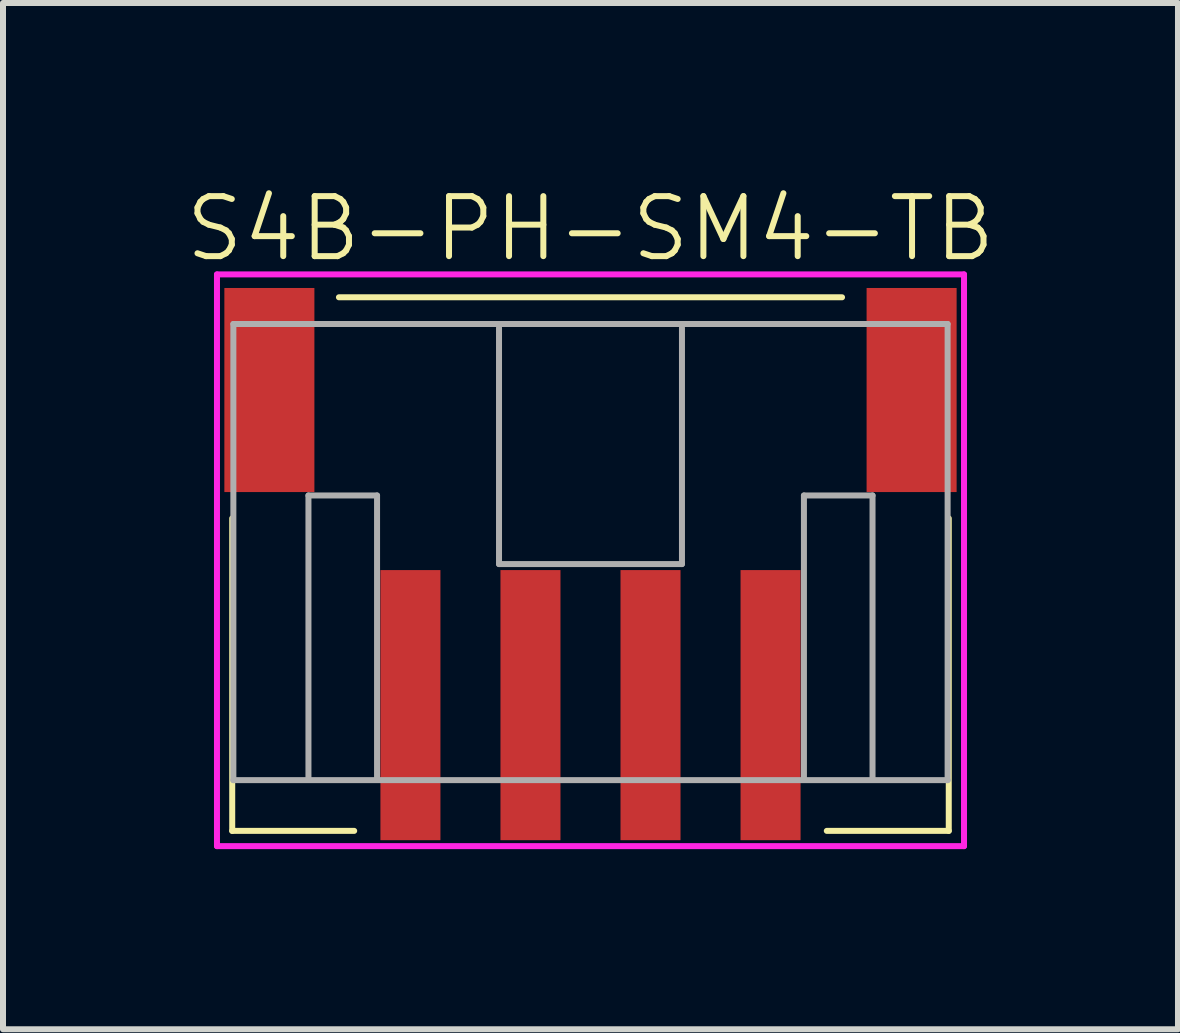
<source format=kicad_pcb>
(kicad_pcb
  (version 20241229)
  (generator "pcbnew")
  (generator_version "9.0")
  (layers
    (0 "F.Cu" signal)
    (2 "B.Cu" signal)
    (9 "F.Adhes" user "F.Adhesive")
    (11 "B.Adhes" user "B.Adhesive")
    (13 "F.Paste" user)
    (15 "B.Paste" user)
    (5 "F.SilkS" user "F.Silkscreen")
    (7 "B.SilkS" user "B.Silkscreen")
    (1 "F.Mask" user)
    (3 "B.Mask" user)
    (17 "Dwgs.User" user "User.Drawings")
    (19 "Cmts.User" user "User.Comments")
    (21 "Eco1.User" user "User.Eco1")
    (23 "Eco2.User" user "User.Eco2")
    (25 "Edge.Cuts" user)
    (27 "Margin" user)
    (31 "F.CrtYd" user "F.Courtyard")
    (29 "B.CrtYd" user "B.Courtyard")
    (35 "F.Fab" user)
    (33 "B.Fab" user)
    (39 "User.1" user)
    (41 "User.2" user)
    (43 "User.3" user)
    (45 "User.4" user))
  (footprint "S4B-PH-SM4-TB"
    (layer "F.Cu")
    (at 6.788 6.348)
    (property "Reference" "S4B-PH-SM4-TB" (at 0 -5.588 0) (unlocked yes) (layer "F.SilkS") (effects (font (size 1 1) (thickness 0.1))))
    (attr smd)
    (fp_line (start -5.969 -0.762) (end -5.969 4.445) (stroke (width 0.1) (type default)) (layer "F.SilkS"))
    (fp_line (start -5.969 4.445) (end -3.937 4.445) (stroke (width 0.1) (type default)) (layer "F.SilkS"))
    (fp_line (start -4.191 -4.445) (end 4.191 -4.445) (stroke (width 0.1) (type default)) (layer "F.SilkS"))
    (fp_line (start 3.937 4.445) (end 5.969 4.445) (stroke (width 0.1) (type default)) (layer "F.SilkS"))
    (fp_line (start 5.969 -0.762) (end 5.969 4.445) (stroke (width 0.1) (type default)) (layer "F.SilkS"))
    (fp_line (start -6.223 -4.826) (end 6.223 -4.826) (stroke (width 0.1) (type default)) (layer "F.CrtYd"))
    (fp_line (start -6.223 4.699) (end -6.223 -4.826) (stroke (width 0.1) (type default)) (layer "F.CrtYd"))
    (fp_line (start -6.223 4.699) (end 6.223 4.699) (stroke (width 0.1) (type default)) (layer "F.CrtYd"))
    (fp_line (start 6.223 4.699) (end 6.223 -4.826) (stroke (width 0.1) (type default)) (layer "F.CrtYd"))
    (fp_line (start -5.95 -4) (end 5.95 -4) (stroke (width 0.1) (type default)) (layer "F.Fab"))
    (fp_line (start -5.95 3.6) (end -5.95 -4) (stroke (width 0.1) (type default)) (layer "F.Fab"))
    (fp_line (start -5.95 3.6) (end 5.95 3.6) (stroke (width 0.1) (type default)) (layer "F.Fab"))
    (fp_line (start -4.699 3.556) (end -4.699 -1.143) (stroke (width 0.1) (type default)) (layer "F.Fab"))
    (fp_line (start -3.556 -1.143) (end -4.699 -1.143) (stroke (width 0.1) (type default)) (layer "F.Fab"))
    (fp_line (start -3.556 3.556) (end -3.556 -1.143) (stroke (width 0.1) (type default)) (layer "F.Fab"))
    (fp_line (start -1.524 -3.937) (end -1.524 0) (stroke (width 0.1) (type default)) (layer "F.Fab"))
    (fp_line (start -1.524 0) (end 1.524 0) (stroke (width 0.1) (type default)) (layer "F.Fab"))
    (fp_line (start 1.524 -3.937) (end 1.524 0) (stroke (width 0.1) (type default)) (layer "F.Fab"))
    (fp_line (start 3.556 3.556) (end 3.556 -1.143) (stroke (width 0.1) (type default)) (layer "F.Fab"))
    (fp_line (start 4.699 -1.143) (end 3.556 -1.143) (stroke (width 0.1) (type default)) (layer "F.Fab"))
    (fp_line (start 4.699 3.556) (end 4.699 -1.143) (stroke (width 0.1) (type default)) (layer "F.Fab"))
    (fp_line (start 5.95 3.6) (end 5.95 -4) (stroke (width 0.1) (type default)) (layer "F.Fab"))
    (pad "" smd rect (at -5.35 -2.9) (size 1.5 3.4) (layers "F.Cu" "F.Mask" "F.Paste"))
    (pad "" smd rect (at 5.35 -2.9) (size 1.5 3.4) (layers "F.Cu" "F.Mask" "F.Paste"))
    (pad "1" smd rect (at 3 2.35) (size 1 4.5) (layers "F.Cu" "F.Mask" "F.Paste"))
    (pad "2" smd rect (at 1 2.35) (size 1 4.5) (layers "F.Cu" "F.Mask" "F.Paste"))
    (pad "3" smd rect (at -1 2.35) (size 1 4.5) (layers "F.Cu" "F.Mask" "F.Paste"))
    (pad "4" smd rect (at -3 2.35) (size 1 4.5) (layers "F.Cu" "F.Mask" "F.Paste")))
  (gr_rect
    (start -3 -3)
    (end 16.576 14.098)
    (stroke (width 0.1) (type default))
    (fill no)
    (layer "Edge.Cuts")))
</source>
